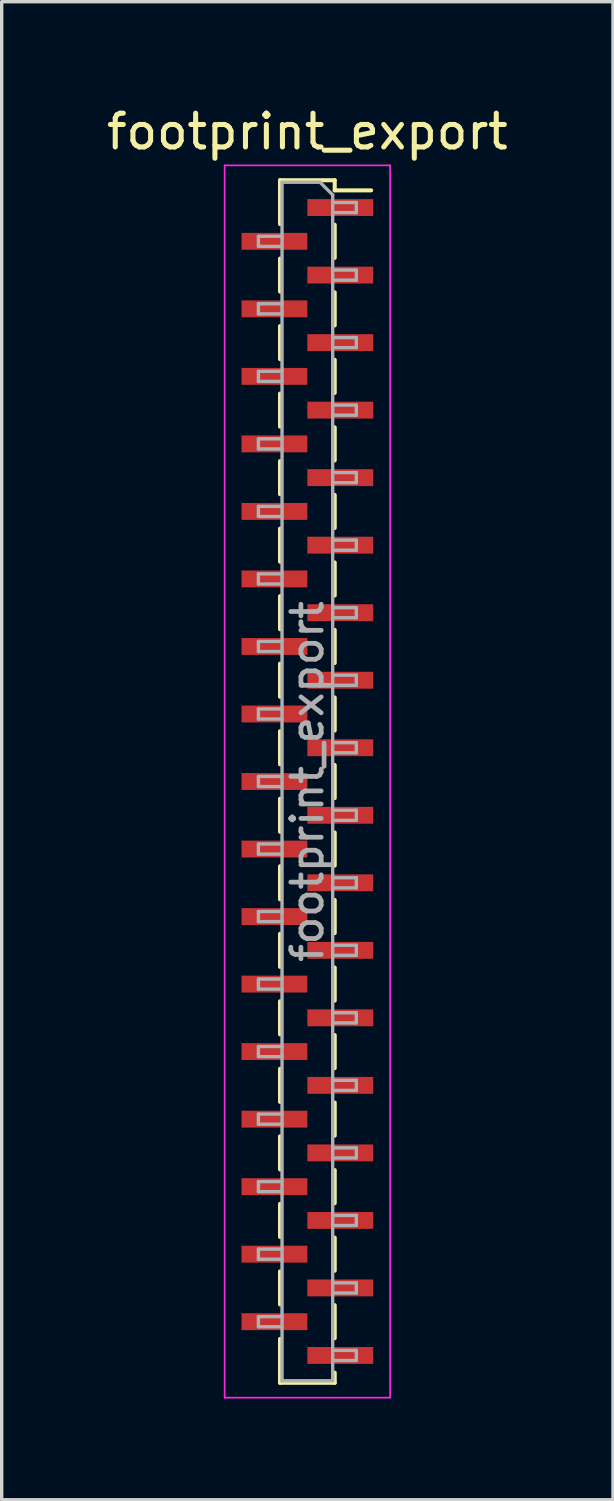
<source format=kicad_pcb>
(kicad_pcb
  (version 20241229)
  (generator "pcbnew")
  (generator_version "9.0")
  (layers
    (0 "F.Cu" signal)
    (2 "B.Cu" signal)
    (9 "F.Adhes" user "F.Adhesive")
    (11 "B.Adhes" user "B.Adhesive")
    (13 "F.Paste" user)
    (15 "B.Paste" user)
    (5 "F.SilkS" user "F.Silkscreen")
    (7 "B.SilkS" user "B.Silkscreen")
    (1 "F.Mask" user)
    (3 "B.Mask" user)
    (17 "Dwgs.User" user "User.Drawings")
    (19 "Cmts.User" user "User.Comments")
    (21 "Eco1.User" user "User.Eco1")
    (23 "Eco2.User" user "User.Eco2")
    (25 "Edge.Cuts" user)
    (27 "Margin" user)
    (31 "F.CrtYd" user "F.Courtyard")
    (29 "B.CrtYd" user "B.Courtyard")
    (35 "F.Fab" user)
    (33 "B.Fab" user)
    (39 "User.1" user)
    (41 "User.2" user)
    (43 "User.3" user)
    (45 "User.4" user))
  (footprint "footprint_export"
    (layer "F.Cu")
    (at 6.054 20.098)
    (property "Reference" "footprint_export" (at 0 -19.25 0) (layer "F.SilkS") (effects (font (size 1 1) (thickness 0.15))))
    (attr smd)
    (fp_line (start -0.81 -17.81) (end -0.81 -16.51) (stroke (width 0.12) (type solid)) (layer "F.SilkS"))
    (fp_line (start -0.81 -17.81) (end 0.81 -17.81) (stroke (width 0.12) (type solid)) (layer "F.SilkS"))
    (fp_line (start -0.81 -15.49) (end -0.81 -14.51) (stroke (width 0.12) (type solid)) (layer "F.SilkS"))
    (fp_line (start -0.81 -13.49) (end -0.81 -12.51) (stroke (width 0.12) (type solid)) (layer "F.SilkS"))
    (fp_line (start -0.81 -11.49) (end -0.81 -10.51) (stroke (width 0.12) (type solid)) (layer "F.SilkS"))
    (fp_line (start -0.81 -9.49) (end -0.81 -8.51) (stroke (width 0.12) (type solid)) (layer "F.SilkS"))
    (fp_line (start -0.81 -7.49) (end -0.81 -6.51) (stroke (width 0.12) (type solid)) (layer "F.SilkS"))
    (fp_line (start -0.81 -5.49) (end -0.81 -4.51) (stroke (width 0.12) (type solid)) (layer "F.SilkS"))
    (fp_line (start -0.81 -3.49) (end -0.81 -2.51) (stroke (width 0.12) (type solid)) (layer "F.SilkS"))
    (fp_line (start -0.81 -1.49) (end -0.81 -0.51) (stroke (width 0.12) (type solid)) (layer "F.SilkS"))
    (fp_line (start -0.81 0.51) (end -0.81 1.49) (stroke (width 0.12) (type solid)) (layer "F.SilkS"))
    (fp_line (start -0.81 2.51) (end -0.81 3.49) (stroke (width 0.12) (type solid)) (layer "F.SilkS"))
    (fp_line (start -0.81 4.51) (end -0.81 5.49) (stroke (width 0.12) (type solid)) (layer "F.SilkS"))
    (fp_line (start -0.81 6.51) (end -0.81 7.49) (stroke (width 0.12) (type solid)) (layer "F.SilkS"))
    (fp_line (start -0.81 8.51) (end -0.81 9.49) (stroke (width 0.12) (type solid)) (layer "F.SilkS"))
    (fp_line (start -0.81 10.51) (end -0.81 11.49) (stroke (width 0.12) (type solid)) (layer "F.SilkS"))
    (fp_line (start -0.81 12.51) (end -0.81 13.49) (stroke (width 0.12) (type solid)) (layer "F.SilkS"))
    (fp_line (start -0.81 14.51) (end -0.81 15.49) (stroke (width 0.12) (type solid)) (layer "F.SilkS"))
    (fp_line (start -0.81 16.51) (end -0.81 17.81) (stroke (width 0.12) (type solid)) (layer "F.SilkS"))
    (fp_line (start -0.81 17.81) (end 0.81 17.81) (stroke (width 0.12) (type solid)) (layer "F.SilkS"))
    (fp_line (start 0.81 -17.81) (end 0.81 -17.51) (stroke (width 0.12) (type solid)) (layer "F.SilkS"))
    (fp_line (start 0.81 -17.51) (end 1.89 -17.51) (stroke (width 0.12) (type solid)) (layer "F.SilkS"))
    (fp_line (start 0.81 -16.49) (end 0.81 -15.51) (stroke (width 0.12) (type solid)) (layer "F.SilkS"))
    (fp_line (start 0.81 -14.49) (end 0.81 -13.51) (stroke (width 0.12) (type solid)) (layer "F.SilkS"))
    (fp_line (start 0.81 -12.49) (end 0.81 -11.51) (stroke (width 0.12) (type solid)) (layer "F.SilkS"))
    (fp_line (start 0.81 -10.49) (end 0.81 -9.51) (stroke (width 0.12) (type solid)) (layer "F.SilkS"))
    (fp_line (start 0.81 -8.49) (end 0.81 -7.51) (stroke (width 0.12) (type solid)) (layer "F.SilkS"))
    (fp_line (start 0.81 -6.49) (end 0.81 -5.51) (stroke (width 0.12) (type solid)) (layer "F.SilkS"))
    (fp_line (start 0.81 -4.49) (end 0.81 -3.51) (stroke (width 0.12) (type solid)) (layer "F.SilkS"))
    (fp_line (start 0.81 -2.49) (end 0.81 -1.51) (stroke (width 0.12) (type solid)) (layer "F.SilkS"))
    (fp_line (start 0.81 -0.49) (end 0.81 0.49) (stroke (width 0.12) (type solid)) (layer "F.SilkS"))
    (fp_line (start 0.81 1.51) (end 0.81 2.49) (stroke (width 0.12) (type solid)) (layer "F.SilkS"))
    (fp_line (start 0.81 3.51) (end 0.81 4.49) (stroke (width 0.12) (type solid)) (layer "F.SilkS"))
    (fp_line (start 0.81 5.51) (end 0.81 6.49) (stroke (width 0.12) (type solid)) (layer "F.SilkS"))
    (fp_line (start 0.81 7.51) (end 0.81 8.49) (stroke (width 0.12) (type solid)) (layer "F.SilkS"))
    (fp_line (start 0.81 9.51) (end 0.81 10.49) (stroke (width 0.12) (type solid)) (layer "F.SilkS"))
    (fp_line (start 0.81 11.51) (end 0.81 12.49) (stroke (width 0.12) (type solid)) (layer "F.SilkS"))
    (fp_line (start 0.81 13.51) (end 0.81 14.49) (stroke (width 0.12) (type solid)) (layer "F.SilkS"))
    (fp_line (start 0.81 15.51) (end 0.81 16.49) (stroke (width 0.12) (type solid)) (layer "F.SilkS"))
    (fp_line (start 0.81 17.51) (end 0.81 17.81) (stroke (width 0.12) (type solid)) (layer "F.SilkS"))
    (fp_line (start -2.45 -18.25) (end 2.45 -18.25) (stroke (width 0.05) (type solid)) (layer "F.CrtYd"))
    (fp_line (start -2.45 18.25) (end -2.45 -18.25) (stroke (width 0.05) (type solid)) (layer "F.CrtYd"))
    (fp_line (start 2.45 -18.25) (end 2.45 18.25) (stroke (width 0.05) (type solid)) (layer "F.CrtYd"))
    (fp_line (start 2.45 18.25) (end -2.45 18.25) (stroke (width 0.05) (type solid)) (layer "F.CrtYd"))
    (fp_line (start -1.45 -16.15) (end -0.75 -16.15) (stroke (width 0.1) (type solid)) (layer "F.Fab"))
    (fp_line (start -1.45 -15.85) (end -1.45 -16.15) (stroke (width 0.1) (type solid)) (layer "F.Fab"))
    (fp_line (start -1.45 -14.15) (end -0.75 -14.15) (stroke (width 0.1) (type solid)) (layer "F.Fab"))
    (fp_line (start -1.45 -13.85) (end -1.45 -14.15) (stroke (width 0.1) (type solid)) (layer "F.Fab"))
    (fp_line (start -1.45 -12.15) (end -0.75 -12.15) (stroke (width 0.1) (type solid)) (layer "F.Fab"))
    (fp_line (start -1.45 -11.85) (end -1.45 -12.15) (stroke (width 0.1) (type solid)) (layer "F.Fab"))
    (fp_line (start -1.45 -10.15) (end -0.75 -10.15) (stroke (width 0.1) (type solid)) (layer "F.Fab"))
    (fp_line (start -1.45 -9.85) (end -1.45 -10.15) (stroke (width 0.1) (type solid)) (layer "F.Fab"))
    (fp_line (start -1.45 -8.15) (end -0.75 -8.15) (stroke (width 0.1) (type solid)) (layer "F.Fab"))
    (fp_line (start -1.45 -7.85) (end -1.45 -8.15) (stroke (width 0.1) (type solid)) (layer "F.Fab"))
    (fp_line (start -1.45 -6.15) (end -0.75 -6.15) (stroke (width 0.1) (type solid)) (layer "F.Fab"))
    (fp_line (start -1.45 -5.85) (end -1.45 -6.15) (stroke (width 0.1) (type solid)) (layer "F.Fab"))
    (fp_line (start -1.45 -4.15) (end -0.75 -4.15) (stroke (width 0.1) (type solid)) (layer "F.Fab"))
    (fp_line (start -1.45 -3.85) (end -1.45 -4.15) (stroke (width 0.1) (type solid)) (layer "F.Fab"))
    (fp_line (start -1.45 -2.15) (end -0.75 -2.15) (stroke (width 0.1) (type solid)) (layer "F.Fab"))
    (fp_line (start -1.45 -1.85) (end -1.45 -2.15) (stroke (width 0.1) (type solid)) (layer "F.Fab"))
    (fp_line (start -1.45 -0.15) (end -0.75 -0.15) (stroke (width 0.1) (type solid)) (layer "F.Fab"))
    (fp_line (start -1.45 0.15) (end -1.45 -0.15) (stroke (width 0.1) (type solid)) (layer "F.Fab"))
    (fp_line (start -1.45 1.85) (end -0.75 1.85) (stroke (width 0.1) (type solid)) (layer "F.Fab"))
    (fp_line (start -1.45 2.15) (end -1.45 1.85) (stroke (width 0.1) (type solid)) (layer "F.Fab"))
    (fp_line (start -1.45 3.85) (end -0.75 3.85) (stroke (width 0.1) (type solid)) (layer "F.Fab"))
    (fp_line (start -1.45 4.15) (end -1.45 3.85) (stroke (width 0.1) (type solid)) (layer "F.Fab"))
    (fp_line (start -1.45 5.85) (end -0.75 5.85) (stroke (width 0.1) (type solid)) (layer "F.Fab"))
    (fp_line (start -1.45 6.15) (end -1.45 5.85) (stroke (width 0.1) (type solid)) (layer "F.Fab"))
    (fp_line (start -1.45 7.85) (end -0.75 7.85) (stroke (width 0.1) (type solid)) (layer "F.Fab"))
    (fp_line (start -1.45 8.15) (end -1.45 7.85) (stroke (width 0.1) (type solid)) (layer "F.Fab"))
    (fp_line (start -1.45 9.85) (end -0.75 9.85) (stroke (width 0.1) (type solid)) (layer "F.Fab"))
    (fp_line (start -1.45 10.15) (end -1.45 9.85) (stroke (width 0.1) (type solid)) (layer "F.Fab"))
    (fp_line (start -1.45 11.85) (end -0.75 11.85) (stroke (width 0.1) (type solid)) (layer "F.Fab"))
    (fp_line (start -1.45 12.15) (end -1.45 11.85) (stroke (width 0.1) (type solid)) (layer "F.Fab"))
    (fp_line (start -1.45 13.85) (end -0.75 13.85) (stroke (width 0.1) (type solid)) (layer "F.Fab"))
    (fp_line (start -1.45 14.15) (end -1.45 13.85) (stroke (width 0.1) (type solid)) (layer "F.Fab"))
    (fp_line (start -1.45 15.85) (end -0.75 15.85) (stroke (width 0.1) (type solid)) (layer "F.Fab"))
    (fp_line (start -1.45 16.15) (end -1.45 15.85) (stroke (width 0.1) (type solid)) (layer "F.Fab"))
    (fp_line (start -0.75 -17.75) (end 0.375 -17.75) (stroke (width 0.1) (type solid)) (layer "F.Fab"))
    (fp_line (start -0.75 -15.85) (end -1.45 -15.85) (stroke (width 0.1) (type solid)) (layer "F.Fab"))
    (fp_line (start -0.75 -13.85) (end -1.45 -13.85) (stroke (width 0.1) (type solid)) (layer "F.Fab"))
    (fp_line (start -0.75 -11.85) (end -1.45 -11.85) (stroke (width 0.1) (type solid)) (layer "F.Fab"))
    (fp_line (start -0.75 -9.85) (end -1.45 -9.85) (stroke (width 0.1) (type solid)) (layer "F.Fab"))
    (fp_line (start -0.75 -7.85) (end -1.45 -7.85) (stroke (width 0.1) (type solid)) (layer "F.Fab"))
    (fp_line (start -0.75 -5.85) (end -1.45 -5.85) (stroke (width 0.1) (type solid)) (layer "F.Fab"))
    (fp_line (start -0.75 -3.85) (end -1.45 -3.85) (stroke (width 0.1) (type solid)) (layer "F.Fab"))
    (fp_line (start -0.75 -1.85) (end -1.45 -1.85) (stroke (width 0.1) (type solid)) (layer "F.Fab"))
    (fp_line (start -0.75 0.15) (end -1.45 0.15) (stroke (width 0.1) (type solid)) (layer "F.Fab"))
    (fp_line (start -0.75 2.15) (end -1.45 2.15) (stroke (width 0.1) (type solid)) (layer "F.Fab"))
    (fp_line (start -0.75 4.15) (end -1.45 4.15) (stroke (width 0.1) (type solid)) (layer "F.Fab"))
    (fp_line (start -0.75 6.15) (end -1.45 6.15) (stroke (width 0.1) (type solid)) (layer "F.Fab"))
    (fp_line (start -0.75 8.15) (end -1.45 8.15) (stroke (width 0.1) (type solid)) (layer "F.Fab"))
    (fp_line (start -0.75 10.15) (end -1.45 10.15) (stroke (width 0.1) (type solid)) (layer "F.Fab"))
    (fp_line (start -0.75 12.15) (end -1.45 12.15) (stroke (width 0.1) (type solid)) (layer "F.Fab"))
    (fp_line (start -0.75 14.15) (end -1.45 14.15) (stroke (width 0.1) (type solid)) (layer "F.Fab"))
    (fp_line (start -0.75 16.15) (end -1.45 16.15) (stroke (width 0.1) (type solid)) (layer "F.Fab"))
    (fp_line (start -0.75 17.75) (end -0.75 -17.75) (stroke (width 0.1) (type solid)) (layer "F.Fab"))
    (fp_line (start 0.375 -17.75) (end 0.75 -17.375) (stroke (width 0.1) (type solid)) (layer "F.Fab"))
    (fp_line (start 0.75 -17.375) (end 0.75 17.75) (stroke (width 0.1) (type solid)) (layer "F.Fab"))
    (fp_line (start 0.75 -17.15) (end 1.45 -17.15) (stroke (width 0.1) (type solid)) (layer "F.Fab"))
    (fp_line (start 0.75 -15.15) (end 1.45 -15.15) (stroke (width 0.1) (type solid)) (layer "F.Fab"))
    (fp_line (start 0.75 -13.15) (end 1.45 -13.15) (stroke (width 0.1) (type solid)) (layer "F.Fab"))
    (fp_line (start 0.75 -11.15) (end 1.45 -11.15) (stroke (width 0.1) (type solid)) (layer "F.Fab"))
    (fp_line (start 0.75 -9.15) (end 1.45 -9.15) (stroke (width 0.1) (type solid)) (layer "F.Fab"))
    (fp_line (start 0.75 -7.15) (end 1.45 -7.15) (stroke (width 0.1) (type solid)) (layer "F.Fab"))
    (fp_line (start 0.75 -5.15) (end 1.45 -5.15) (stroke (width 0.1) (type solid)) (layer "F.Fab"))
    (fp_line (start 0.75 -3.15) (end 1.45 -3.15) (stroke (width 0.1) (type solid)) (layer "F.Fab"))
    (fp_line (start 0.75 -1.15) (end 1.45 -1.15) (stroke (width 0.1) (type solid)) (layer "F.Fab"))
    (fp_line (start 0.75 0.85) (end 1.45 0.85) (stroke (width 0.1) (type solid)) (layer "F.Fab"))
    (fp_line (start 0.75 2.85) (end 1.45 2.85) (stroke (width 0.1) (type solid)) (layer "F.Fab"))
    (fp_line (start 0.75 4.85) (end 1.45 4.85) (stroke (width 0.1) (type solid)) (layer "F.Fab"))
    (fp_line (start 0.75 6.85) (end 1.45 6.85) (stroke (width 0.1) (type solid)) (layer "F.Fab"))
    (fp_line (start 0.75 8.85) (end 1.45 8.85) (stroke (width 0.1) (type solid)) (layer "F.Fab"))
    (fp_line (start 0.75 10.85) (end 1.45 10.85) (stroke (width 0.1) (type solid)) (layer "F.Fab"))
    (fp_line (start 0.75 12.85) (end 1.45 12.85) (stroke (width 0.1) (type solid)) (layer "F.Fab"))
    (fp_line (start 0.75 14.85) (end 1.45 14.85) (stroke (width 0.1) (type solid)) (layer "F.Fab"))
    (fp_line (start 0.75 16.85) (end 1.45 16.85) (stroke (width 0.1) (type solid)) (layer "F.Fab"))
    (fp_line (start 0.75 17.75) (end -0.75 17.75) (stroke (width 0.1) (type solid)) (layer "F.Fab"))
    (fp_line (start 1.45 -17.15) (end 1.45 -16.85) (stroke (width 0.1) (type solid)) (layer "F.Fab"))
    (fp_line (start 1.45 -16.85) (end 0.75 -16.85) (stroke (width 0.1) (type solid)) (layer "F.Fab"))
    (fp_line (start 1.45 -15.15) (end 1.45 -14.85) (stroke (width 0.1) (type solid)) (layer "F.Fab"))
    (fp_line (start 1.45 -14.85) (end 0.75 -14.85) (stroke (width 0.1) (type solid)) (layer "F.Fab"))
    (fp_line (start 1.45 -13.15) (end 1.45 -12.85) (stroke (width 0.1) (type solid)) (layer "F.Fab"))
    (fp_line (start 1.45 -12.85) (end 0.75 -12.85) (stroke (width 0.1) (type solid)) (layer "F.Fab"))
    (fp_line (start 1.45 -11.15) (end 1.45 -10.85) (stroke (width 0.1) (type solid)) (layer "F.Fab"))
    (fp_line (start 1.45 -10.85) (end 0.75 -10.85) (stroke (width 0.1) (type solid)) (layer "F.Fab"))
    (fp_line (start 1.45 -9.15) (end 1.45 -8.85) (stroke (width 0.1) (type solid)) (layer "F.Fab"))
    (fp_line (start 1.45 -8.85) (end 0.75 -8.85) (stroke (width 0.1) (type solid)) (layer "F.Fab"))
    (fp_line (start 1.45 -7.15) (end 1.45 -6.85) (stroke (width 0.1) (type solid)) (layer "F.Fab"))
    (fp_line (start 1.45 -6.85) (end 0.75 -6.85) (stroke (width 0.1) (type solid)) (layer "F.Fab"))
    (fp_line (start 1.45 -5.15) (end 1.45 -4.85) (stroke (width 0.1) (type solid)) (layer "F.Fab"))
    (fp_line (start 1.45 -4.85) (end 0.75 -4.85) (stroke (width 0.1) (type solid)) (layer "F.Fab"))
    (fp_line (start 1.45 -3.15) (end 1.45 -2.85) (stroke (width 0.1) (type solid)) (layer "F.Fab"))
    (fp_line (start 1.45 -2.85) (end 0.75 -2.85) (stroke (width 0.1) (type solid)) (layer "F.Fab"))
    (fp_line (start 1.45 -1.15) (end 1.45 -0.85) (stroke (width 0.1) (type solid)) (layer "F.Fab"))
    (fp_line (start 1.45 -0.85) (end 0.75 -0.85) (stroke (width 0.1) (type solid)) (layer "F.Fab"))
    (fp_line (start 1.45 0.85) (end 1.45 1.15) (stroke (width 0.1) (type solid)) (layer "F.Fab"))
    (fp_line (start 1.45 1.15) (end 0.75 1.15) (stroke (width 0.1) (type solid)) (layer "F.Fab"))
    (fp_line (start 1.45 2.85) (end 1.45 3.15) (stroke (width 0.1) (type solid)) (layer "F.Fab"))
    (fp_line (start 1.45 3.15) (end 0.75 3.15) (stroke (width 0.1) (type solid)) (layer "F.Fab"))
    (fp_line (start 1.45 4.85) (end 1.45 5.15) (stroke (width 0.1) (type solid)) (layer "F.Fab"))
    (fp_line (start 1.45 5.15) (end 0.75 5.15) (stroke (width 0.1) (type solid)) (layer "F.Fab"))
    (fp_line (start 1.45 6.85) (end 1.45 7.15) (stroke (width 0.1) (type solid)) (layer "F.Fab"))
    (fp_line (start 1.45 7.15) (end 0.75 7.15) (stroke (width 0.1) (type solid)) (layer "F.Fab"))
    (fp_line (start 1.45 8.85) (end 1.45 9.15) (stroke (width 0.1) (type solid)) (layer "F.Fab"))
    (fp_line (start 1.45 9.15) (end 0.75 9.15) (stroke (width 0.1) (type solid)) (layer "F.Fab"))
    (fp_line (start 1.45 10.85) (end 1.45 11.15) (stroke (width 0.1) (type solid)) (layer "F.Fab"))
    (fp_line (start 1.45 11.15) (end 0.75 11.15) (stroke (width 0.1) (type solid)) (layer "F.Fab"))
    (fp_line (start 1.45 12.85) (end 1.45 13.15) (stroke (width 0.1) (type solid)) (layer "F.Fab"))
    (fp_line (start 1.45 13.15) (end 0.75 13.15) (stroke (width 0.1) (type solid)) (layer "F.Fab"))
    (fp_line (start 1.45 14.85) (end 1.45 15.15) (stroke (width 0.1) (type solid)) (layer "F.Fab"))
    (fp_line (start 1.45 15.15) (end 0.75 15.15) (stroke (width 0.1) (type solid)) (layer "F.Fab"))
    (fp_line (start 1.45 16.85) (end 1.45 17.15) (stroke (width 0.1) (type solid)) (layer "F.Fab"))
    (fp_line (start 1.45 17.15) (end 0.75 17.15) (stroke (width 0.1) (type solid)) (layer "F.Fab"))
    (fp_text user "${REFERENCE}" (at 0 0 90) (layer "F.Fab") (effects (font (size 0.9 0.9) (thickness 0.14))))
    (pad "1" smd rect (at 0.975 -17) (size 1.95 0.5) (layers "F.Cu" "F.Mask" "F.Paste"))
    (pad "2" smd rect (at -0.975 -16) (size 1.95 0.5) (layers "F.Cu" "F.Mask" "F.Paste"))
    (pad "3" smd rect (at 0.975 -15) (size 1.95 0.5) (layers "F.Cu" "F.Mask" "F.Paste"))
    (pad "4" smd rect (at -0.975 -14) (size 1.95 0.5) (layers "F.Cu" "F.Mask" "F.Paste"))
    (pad "5" smd rect (at 0.975 -13) (size 1.95 0.5) (layers "F.Cu" "F.Mask" "F.Paste"))
    (pad "6" smd rect (at -0.975 -12) (size 1.95 0.5) (layers "F.Cu" "F.Mask" "F.Paste"))
    (pad "7" smd rect (at 0.975 -11) (size 1.95 0.5) (layers "F.Cu" "F.Mask" "F.Paste"))
    (pad "8" smd rect (at -0.975 -10) (size 1.95 0.5) (layers "F.Cu" "F.Mask" "F.Paste"))
    (pad "9" smd rect (at 0.975 -9) (size 1.95 0.5) (layers "F.Cu" "F.Mask" "F.Paste"))
    (pad "10" smd rect (at -0.975 -8) (size 1.95 0.5) (layers "F.Cu" "F.Mask" "F.Paste"))
    (pad "11" smd rect (at 0.975 -7) (size 1.95 0.5) (layers "F.Cu" "F.Mask" "F.Paste"))
    (pad "12" smd rect (at -0.975 -6) (size 1.95 0.5) (layers "F.Cu" "F.Mask" "F.Paste"))
    (pad "13" smd rect (at 0.975 -5) (size 1.95 0.5) (layers "F.Cu" "F.Mask" "F.Paste"))
    (pad "14" smd rect (at -0.975 -4) (size 1.95 0.5) (layers "F.Cu" "F.Mask" "F.Paste"))
    (pad "15" smd rect (at 0.975 -3) (size 1.95 0.5) (layers "F.Cu" "F.Mask" "F.Paste"))
    (pad "16" smd rect (at -0.975 -2) (size 1.95 0.5) (layers "F.Cu" "F.Mask" "F.Paste"))
    (pad "17" smd rect (at 0.975 -1) (size 1.95 0.5) (layers "F.Cu" "F.Mask" "F.Paste"))
    (pad "18" smd rect (at -0.975 0) (size 1.95 0.5) (layers "F.Cu" "F.Mask" "F.Paste"))
    (pad "19" smd rect (at 0.975 1) (size 1.95 0.5) (layers "F.Cu" "F.Mask" "F.Paste"))
    (pad "20" smd rect (at -0.975 2) (size 1.95 0.5) (layers "F.Cu" "F.Mask" "F.Paste"))
    (pad "21" smd rect (at 0.975 3) (size 1.95 0.5) (layers "F.Cu" "F.Mask" "F.Paste"))
    (pad "22" smd rect (at -0.975 4) (size 1.95 0.5) (layers "F.Cu" "F.Mask" "F.Paste"))
    (pad "23" smd rect (at 0.975 5) (size 1.95 0.5) (layers "F.Cu" "F.Mask" "F.Paste"))
    (pad "24" smd rect (at -0.975 6) (size 1.95 0.5) (layers "F.Cu" "F.Mask" "F.Paste"))
    (pad "25" smd rect (at 0.975 7) (size 1.95 0.5) (layers "F.Cu" "F.Mask" "F.Paste"))
    (pad "26" smd rect (at -0.975 8) (size 1.95 0.5) (layers "F.Cu" "F.Mask" "F.Paste"))
    (pad "27" smd rect (at 0.975 9) (size 1.95 0.5) (layers "F.Cu" "F.Mask" "F.Paste"))
    (pad "28" smd rect (at -0.975 10) (size 1.95 0.5) (layers "F.Cu" "F.Mask" "F.Paste"))
    (pad "29" smd rect (at 0.975 11) (size 1.95 0.5) (layers "F.Cu" "F.Mask" "F.Paste"))
    (pad "30" smd rect (at -0.975 12) (size 1.95 0.5) (layers "F.Cu" "F.Mask" "F.Paste"))
    (pad "31" smd rect (at 0.975 13) (size 1.95 0.5) (layers "F.Cu" "F.Mask" "F.Paste"))
    (pad "32" smd rect (at -0.975 14) (size 1.95 0.5) (layers "F.Cu" "F.Mask" "F.Paste"))
    (pad "33" smd rect (at 0.975 15) (size 1.95 0.5) (layers "F.Cu" "F.Mask" "F.Paste"))
    (pad "34" smd rect (at -0.975 16) (size 1.95 0.5) (layers "F.Cu" "F.Mask" "F.Paste"))
    (pad "35" smd rect (at 0.975 17) (size 1.95 0.5) (layers "F.Cu" "F.Mask" "F.Paste")))
  (gr_rect
    (start -3 -3)
    (end 15.107 41.373)
    (stroke (width 0.1) (type default))
    (fill no)
    (layer "Edge.Cuts")))
</source>
